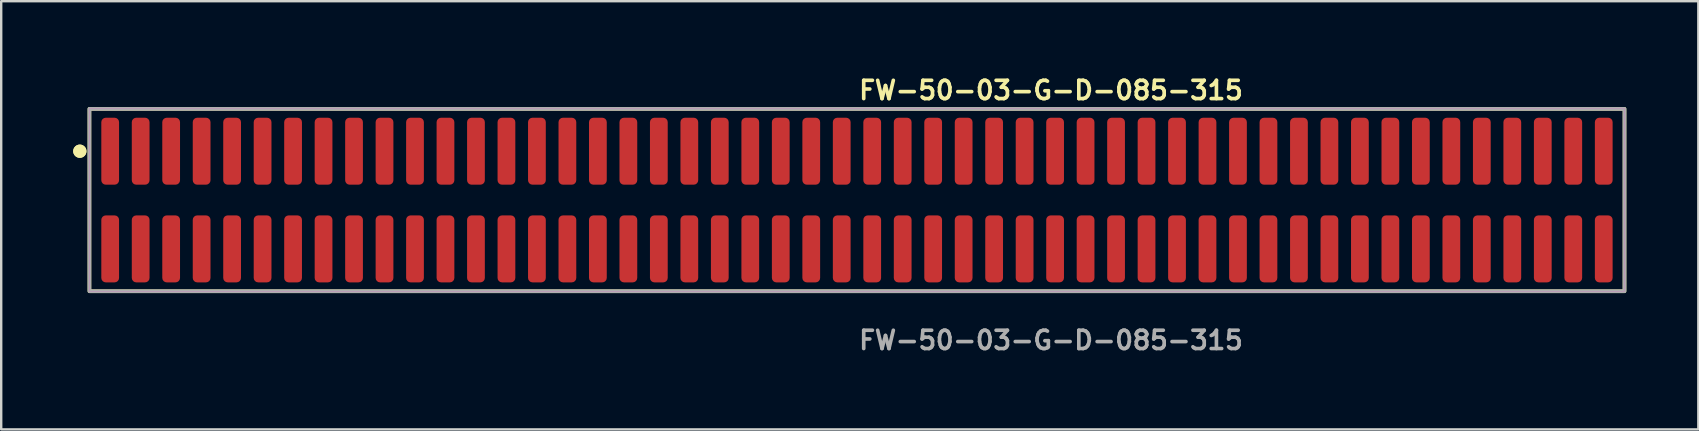
<source format=kicad_pcb>
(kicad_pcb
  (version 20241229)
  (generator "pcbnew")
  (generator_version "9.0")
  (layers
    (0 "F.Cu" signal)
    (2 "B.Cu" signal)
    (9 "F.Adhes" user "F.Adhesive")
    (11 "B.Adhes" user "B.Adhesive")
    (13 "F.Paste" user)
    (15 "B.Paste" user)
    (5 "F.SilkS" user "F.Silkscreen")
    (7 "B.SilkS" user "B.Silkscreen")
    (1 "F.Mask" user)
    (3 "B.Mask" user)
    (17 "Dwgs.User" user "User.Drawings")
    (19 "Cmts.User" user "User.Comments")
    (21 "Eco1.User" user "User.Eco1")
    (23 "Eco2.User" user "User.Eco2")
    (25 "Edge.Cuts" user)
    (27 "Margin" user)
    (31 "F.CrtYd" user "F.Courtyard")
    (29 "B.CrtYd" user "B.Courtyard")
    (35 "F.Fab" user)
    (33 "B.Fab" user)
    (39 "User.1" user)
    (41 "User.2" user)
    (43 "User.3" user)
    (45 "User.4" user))
  (footprint "FW-50-03-G-D-085-315"
    (layer "F.Cu")
    (at 32.656 5.285)
    (property "Reference" "FW-50-03-G-D-085-315" (at 0 -4.572 0) (unlocked yes) (layer "F.SilkS") (effects (font (size 0.762 0.762) (thickness 0.152)) (justify left)))
    (fp_rect (start -31.98 3.8) (end 31.98 -3.8) (stroke (width 0.152) (type solid)) (fill no) (layer "F.SilkS"))
    (fp_circle (center -32.38 -2.035) (end -32.58 -2.035) (stroke (width 0.152) (type solid)) (fill yes) (layer "F.SilkS"))
    (fp_circle (center -32.38 -2.035) (end -32.58 -2.035) (stroke (width 0.152) (type solid)) (fill yes) (layer "F.SilkS"))
    (fp_rect (start -31.98 3.8) (end 31.98 -3.8) (stroke (width 0.006) (type solid)) (fill no) (layer "F.CrtYd"))
    (fp_rect (start -31.98 3.8) (end 31.98 -3.8) (stroke (width 0.152) (type solid)) (fill no) (layer "F.Fab"))
    (fp_text user "${REFERENCE}" (at 0 5.842 0) (unlocked yes) (layer "F.Fab") (effects (font (size 0.762 0.762) (thickness 0.152)) (justify left)))
    (pad "1" smd roundrect (at -31.115 -2.035) (size 0.74 2.79) (layers "F.Cu" "F.Paste") (roundrect_rratio 0.25))
    (pad "2" smd roundrect (at -31.115 2.035) (size 0.74 2.79) (layers "F.Cu" "F.Paste") (roundrect_rratio 0.25))
    (pad "3" smd roundrect (at -29.845 -2.035) (size 0.74 2.79) (layers "F.Cu" "F.Paste") (roundrect_rratio 0.25))
    (pad "4" smd roundrect (at -29.845 2.035) (size 0.74 2.79) (layers "F.Cu" "F.Paste") (roundrect_rratio 0.25))
    (pad "5" smd roundrect (at -28.575 -2.035) (size 0.74 2.79) (layers "F.Cu" "F.Paste") (roundrect_rratio 0.25))
    (pad "6" smd roundrect (at -28.575 2.035) (size 0.74 2.79) (layers "F.Cu" "F.Paste") (roundrect_rratio 0.25))
    (pad "7" smd roundrect (at -27.305 -2.035) (size 0.74 2.79) (layers "F.Cu" "F.Paste") (roundrect_rratio 0.25))
    (pad "8" smd roundrect (at -27.305 2.035) (size 0.74 2.79) (layers "F.Cu" "F.Paste") (roundrect_rratio 0.25))
    (pad "9" smd roundrect (at -26.035 -2.035) (size 0.74 2.79) (layers "F.Cu" "F.Paste") (roundrect_rratio 0.25))
    (pad "10" smd roundrect (at -26.035 2.035) (size 0.74 2.79) (layers "F.Cu" "F.Paste") (roundrect_rratio 0.25))
    (pad "11" smd roundrect (at -24.765 -2.035) (size 0.74 2.79) (layers "F.Cu" "F.Paste") (roundrect_rratio 0.25))
    (pad "12" smd roundrect (at -24.765 2.035) (size 0.74 2.79) (layers "F.Cu" "F.Paste") (roundrect_rratio 0.25))
    (pad "13" smd roundrect (at -23.495 -2.035) (size 0.74 2.79) (layers "F.Cu" "F.Paste") (roundrect_rratio 0.25))
    (pad "14" smd roundrect (at -23.495 2.035) (size 0.74 2.79) (layers "F.Cu" "F.Paste") (roundrect_rratio 0.25))
    (pad "15" smd roundrect (at -22.225 -2.035) (size 0.74 2.79) (layers "F.Cu" "F.Paste") (roundrect_rratio 0.25))
    (pad "16" smd roundrect (at -22.225 2.035) (size 0.74 2.79) (layers "F.Cu" "F.Paste") (roundrect_rratio 0.25))
    (pad "17" smd roundrect (at -20.955 -2.035) (size 0.74 2.79) (layers "F.Cu" "F.Paste") (roundrect_rratio 0.25))
    (pad "18" smd roundrect (at -20.955 2.035) (size 0.74 2.79) (layers "F.Cu" "F.Paste") (roundrect_rratio 0.25))
    (pad "19" smd roundrect (at -19.685 -2.035) (size 0.74 2.79) (layers "F.Cu" "F.Paste") (roundrect_rratio 0.25))
    (pad "20" smd roundrect (at -19.685 2.035) (size 0.74 2.79) (layers "F.Cu" "F.Paste") (roundrect_rratio 0.25))
    (pad "21" smd roundrect (at -18.415 -2.035) (size 0.74 2.79) (layers "F.Cu" "F.Paste") (roundrect_rratio 0.25))
    (pad "22" smd roundrect (at -18.415 2.035) (size 0.74 2.79) (layers "F.Cu" "F.Paste") (roundrect_rratio 0.25))
    (pad "23" smd roundrect (at -17.145 -2.035) (size 0.74 2.79) (layers "F.Cu" "F.Paste") (roundrect_rratio 0.25))
    (pad "24" smd roundrect (at -17.145 2.035) (size 0.74 2.79) (layers "F.Cu" "F.Paste") (roundrect_rratio 0.25))
    (pad "25" smd roundrect (at -15.875 -2.035) (size 0.74 2.79) (layers "F.Cu" "F.Paste") (roundrect_rratio 0.25))
    (pad "26" smd roundrect (at -15.875 2.035) (size 0.74 2.79) (layers "F.Cu" "F.Paste") (roundrect_rratio 0.25))
    (pad "27" smd roundrect (at -14.605 -2.035) (size 0.74 2.79) (layers "F.Cu" "F.Paste") (roundrect_rratio 0.25))
    (pad "28" smd roundrect (at -14.605 2.035) (size 0.74 2.79) (layers "F.Cu" "F.Paste") (roundrect_rratio 0.25))
    (pad "29" smd roundrect (at -13.335 -2.035) (size 0.74 2.79) (layers "F.Cu" "F.Paste") (roundrect_rratio 0.25))
    (pad "30" smd roundrect (at -13.335 2.035) (size 0.74 2.79) (layers "F.Cu" "F.Paste") (roundrect_rratio 0.25))
    (pad "31" smd roundrect (at -12.065 -2.035) (size 0.74 2.79) (layers "F.Cu" "F.Paste") (roundrect_rratio 0.25))
    (pad "32" smd roundrect (at -12.065 2.035) (size 0.74 2.79) (layers "F.Cu" "F.Paste") (roundrect_rratio 0.25))
    (pad "33" smd roundrect (at -10.795 -2.035) (size 0.74 2.79) (layers "F.Cu" "F.Paste") (roundrect_rratio 0.25))
    (pad "34" smd roundrect (at -10.795 2.035) (size 0.74 2.79) (layers "F.Cu" "F.Paste") (roundrect_rratio 0.25))
    (pad "35" smd roundrect (at -9.525 -2.035) (size 0.74 2.79) (layers "F.Cu" "F.Paste") (roundrect_rratio 0.25))
    (pad "36" smd roundrect (at -9.525 2.035) (size 0.74 2.79) (layers "F.Cu" "F.Paste") (roundrect_rratio 0.25))
    (pad "37" smd roundrect (at -8.255 -2.035) (size 0.74 2.79) (layers "F.Cu" "F.Paste") (roundrect_rratio 0.25))
    (pad "38" smd roundrect (at -8.255 2.035) (size 0.74 2.79) (layers "F.Cu" "F.Paste") (roundrect_rratio 0.25))
    (pad "39" smd roundrect (at -6.985 -2.035) (size 0.74 2.79) (layers "F.Cu" "F.Paste") (roundrect_rratio 0.25))
    (pad "40" smd roundrect (at -6.985 2.035) (size 0.74 2.79) (layers "F.Cu" "F.Paste") (roundrect_rratio 0.25))
    (pad "41" smd roundrect (at -5.715 -2.035) (size 0.74 2.79) (layers "F.Cu" "F.Paste") (roundrect_rratio 0.25))
    (pad "42" smd roundrect (at -5.715 2.035) (size 0.74 2.79) (layers "F.Cu" "F.Paste") (roundrect_rratio 0.25))
    (pad "43" smd roundrect (at -4.445 -2.035) (size 0.74 2.79) (layers "F.Cu" "F.Paste") (roundrect_rratio 0.25))
    (pad "44" smd roundrect (at -4.445 2.035) (size 0.74 2.79) (layers "F.Cu" "F.Paste") (roundrect_rratio 0.25))
    (pad "45" smd roundrect (at -3.175 -2.035) (size 0.74 2.79) (layers "F.Cu" "F.Paste") (roundrect_rratio 0.25))
    (pad "46" smd roundrect (at -3.175 2.035) (size 0.74 2.79) (layers "F.Cu" "F.Paste") (roundrect_rratio 0.25))
    (pad "47" smd roundrect (at -1.905 -2.035) (size 0.74 2.79) (layers "F.Cu" "F.Paste") (roundrect_rratio 0.25))
    (pad "48" smd roundrect (at -1.905 2.035) (size 0.74 2.79) (layers "F.Cu" "F.Paste") (roundrect_rratio 0.25))
    (pad "49" smd roundrect (at -0.635 -2.035) (size 0.74 2.79) (layers "F.Cu" "F.Paste") (roundrect_rratio 0.25))
    (pad "50" smd roundrect (at -0.635 2.035) (size 0.74 2.79) (layers "F.Cu" "F.Paste") (roundrect_rratio 0.25))
    (pad "51" smd roundrect (at 0.635 -2.035) (size 0.74 2.79) (layers "F.Cu" "F.Paste") (roundrect_rratio 0.25))
    (pad "52" smd roundrect (at 0.635 2.035) (size 0.74 2.79) (layers "F.Cu" "F.Paste") (roundrect_rratio 0.25))
    (pad "53" smd roundrect (at 1.905 -2.035) (size 0.74 2.79) (layers "F.Cu" "F.Paste") (roundrect_rratio 0.25))
    (pad "54" smd roundrect (at 1.905 2.035) (size 0.74 2.79) (layers "F.Cu" "F.Paste") (roundrect_rratio 0.25))
    (pad "55" smd roundrect (at 3.175 -2.035) (size 0.74 2.79) (layers "F.Cu" "F.Paste") (roundrect_rratio 0.25))
    (pad "56" smd roundrect (at 3.175 2.035) (size 0.74 2.79) (layers "F.Cu" "F.Paste") (roundrect_rratio 0.25))
    (pad "57" smd roundrect (at 4.445 -2.035) (size 0.74 2.79) (layers "F.Cu" "F.Paste") (roundrect_rratio 0.25))
    (pad "58" smd roundrect (at 4.445 2.035) (size 0.74 2.79) (layers "F.Cu" "F.Paste") (roundrect_rratio 0.25))
    (pad "59" smd roundrect (at 5.715 -2.035) (size 0.74 2.79) (layers "F.Cu" "F.Paste") (roundrect_rratio 0.25))
    (pad "60" smd roundrect (at 5.715 2.035) (size 0.74 2.79) (layers "F.Cu" "F.Paste") (roundrect_rratio 0.25))
    (pad "61" smd roundrect (at 6.985 -2.035) (size 0.74 2.79) (layers "F.Cu" "F.Paste") (roundrect_rratio 0.25))
    (pad "62" smd roundrect (at 6.985 2.035) (size 0.74 2.79) (layers "F.Cu" "F.Paste") (roundrect_rratio 0.25))
    (pad "63" smd roundrect (at 8.255 -2.035) (size 0.74 2.79) (layers "F.Cu" "F.Paste") (roundrect_rratio 0.25))
    (pad "64" smd roundrect (at 8.255 2.035) (size 0.74 2.79) (layers "F.Cu" "F.Paste") (roundrect_rratio 0.25))
    (pad "65" smd roundrect (at 9.525 -2.035) (size 0.74 2.79) (layers "F.Cu" "F.Paste") (roundrect_rratio 0.25))
    (pad "66" smd roundrect (at 9.525 2.035) (size 0.74 2.79) (layers "F.Cu" "F.Paste") (roundrect_rratio 0.25))
    (pad "67" smd roundrect (at 10.795 -2.035) (size 0.74 2.79) (layers "F.Cu" "F.Paste") (roundrect_rratio 0.25))
    (pad "68" smd roundrect (at 10.795 2.035) (size 0.74 2.79) (layers "F.Cu" "F.Paste") (roundrect_rratio 0.25))
    (pad "69" smd roundrect (at 12.065 -2.035) (size 0.74 2.79) (layers "F.Cu" "F.Paste") (roundrect_rratio 0.25))
    (pad "70" smd roundrect (at 12.065 2.035) (size 0.74 2.79) (layers "F.Cu" "F.Paste") (roundrect_rratio 0.25))
    (pad "71" smd roundrect (at 13.335 -2.035) (size 0.74 2.79) (layers "F.Cu" "F.Paste") (roundrect_rratio 0.25))
    (pad "72" smd roundrect (at 13.335 2.035) (size 0.74 2.79) (layers "F.Cu" "F.Paste") (roundrect_rratio 0.25))
    (pad "73" smd roundrect (at 14.605 -2.035) (size 0.74 2.79) (layers "F.Cu" "F.Paste") (roundrect_rratio 0.25))
    (pad "74" smd roundrect (at 14.605 2.035) (size 0.74 2.79) (layers "F.Cu" "F.Paste") (roundrect_rratio 0.25))
    (pad "75" smd roundrect (at 15.875 -2.035) (size 0.74 2.79) (layers "F.Cu" "F.Paste") (roundrect_rratio 0.25))
    (pad "76" smd roundrect (at 15.875 2.035) (size 0.74 2.79) (layers "F.Cu" "F.Paste") (roundrect_rratio 0.25))
    (pad "77" smd roundrect (at 17.145 -2.035) (size 0.74 2.79) (layers "F.Cu" "F.Paste") (roundrect_rratio 0.25))
    (pad "78" smd roundrect (at 17.145 2.035) (size 0.74 2.79) (layers "F.Cu" "F.Paste") (roundrect_rratio 0.25))
    (pad "79" smd roundrect (at 18.415 -2.035) (size 0.74 2.79) (layers "F.Cu" "F.Paste") (roundrect_rratio 0.25))
    (pad "80" smd roundrect (at 18.415 2.035) (size 0.74 2.79) (layers "F.Cu" "F.Paste") (roundrect_rratio 0.25))
    (pad "81" smd roundrect (at 19.685 -2.035) (size 0.74 2.79) (layers "F.Cu" "F.Paste") (roundrect_rratio 0.25))
    (pad "82" smd roundrect (at 19.685 2.035) (size 0.74 2.79) (layers "F.Cu" "F.Paste") (roundrect_rratio 0.25))
    (pad "83" smd roundrect (at 20.955 -2.035) (size 0.74 2.79) (layers "F.Cu" "F.Paste") (roundrect_rratio 0.25))
    (pad "84" smd roundrect (at 20.955 2.035) (size 0.74 2.79) (layers "F.Cu" "F.Paste") (roundrect_rratio 0.25))
    (pad "85" smd roundrect (at 22.225 -2.035) (size 0.74 2.79) (layers "F.Cu" "F.Paste") (roundrect_rratio 0.25))
    (pad "86" smd roundrect (at 22.225 2.035) (size 0.74 2.79) (layers "F.Cu" "F.Paste") (roundrect_rratio 0.25))
    (pad "87" smd roundrect (at 23.495 -2.035) (size 0.74 2.79) (layers "F.Cu" "F.Paste") (roundrect_rratio 0.25))
    (pad "88" smd roundrect (at 23.495 2.035) (size 0.74 2.79) (layers "F.Cu" "F.Paste") (roundrect_rratio 0.25))
    (pad "89" smd roundrect (at 24.765 -2.035) (size 0.74 2.79) (layers "F.Cu" "F.Paste") (roundrect_rratio 0.25))
    (pad "90" smd roundrect (at 24.765 2.035) (size 0.74 2.79) (layers "F.Cu" "F.Paste") (roundrect_rratio 0.25))
    (pad "91" smd roundrect (at 26.035 -2.035) (size 0.74 2.79) (layers "F.Cu" "F.Paste") (roundrect_rratio 0.25))
    (pad "92" smd roundrect (at 26.035 2.035) (size 0.74 2.79) (layers "F.Cu" "F.Paste") (roundrect_rratio 0.25))
    (pad "93" smd roundrect (at 27.305 -2.035) (size 0.74 2.79) (layers "F.Cu" "F.Paste") (roundrect_rratio 0.25))
    (pad "94" smd roundrect (at 27.305 2.035) (size 0.74 2.79) (layers "F.Cu" "F.Paste") (roundrect_rratio 0.25))
    (pad "95" smd roundrect (at 28.575 -2.035) (size 0.74 2.79) (layers "F.Cu" "F.Paste") (roundrect_rratio 0.25))
    (pad "96" smd roundrect (at 28.575 2.035) (size 0.74 2.79) (layers "F.Cu" "F.Paste") (roundrect_rratio 0.25))
    (pad "97" smd roundrect (at 29.845 -2.035) (size 0.74 2.79) (layers "F.Cu" "F.Paste") (roundrect_rratio 0.25))
    (pad "98" smd roundrect (at 29.845 2.035) (size 0.74 2.79) (layers "F.Cu" "F.Paste") (roundrect_rratio 0.25))
    (pad "99" smd roundrect (at 31.115 -2.035) (size 0.74 2.79) (layers "F.Cu" "F.Paste") (roundrect_rratio 0.25))
    (pad "100" smd roundrect (at 31.115 2.035) (size 0.74 2.79) (layers "F.Cu" "F.Paste") (roundrect_rratio 0.25)))
  (gr_rect
    (start -3 -3)
    (end 67.712 14.84)
    (stroke (width 0.1) (type default))
    (fill no)
    (layer "Edge.Cuts")))
</source>
